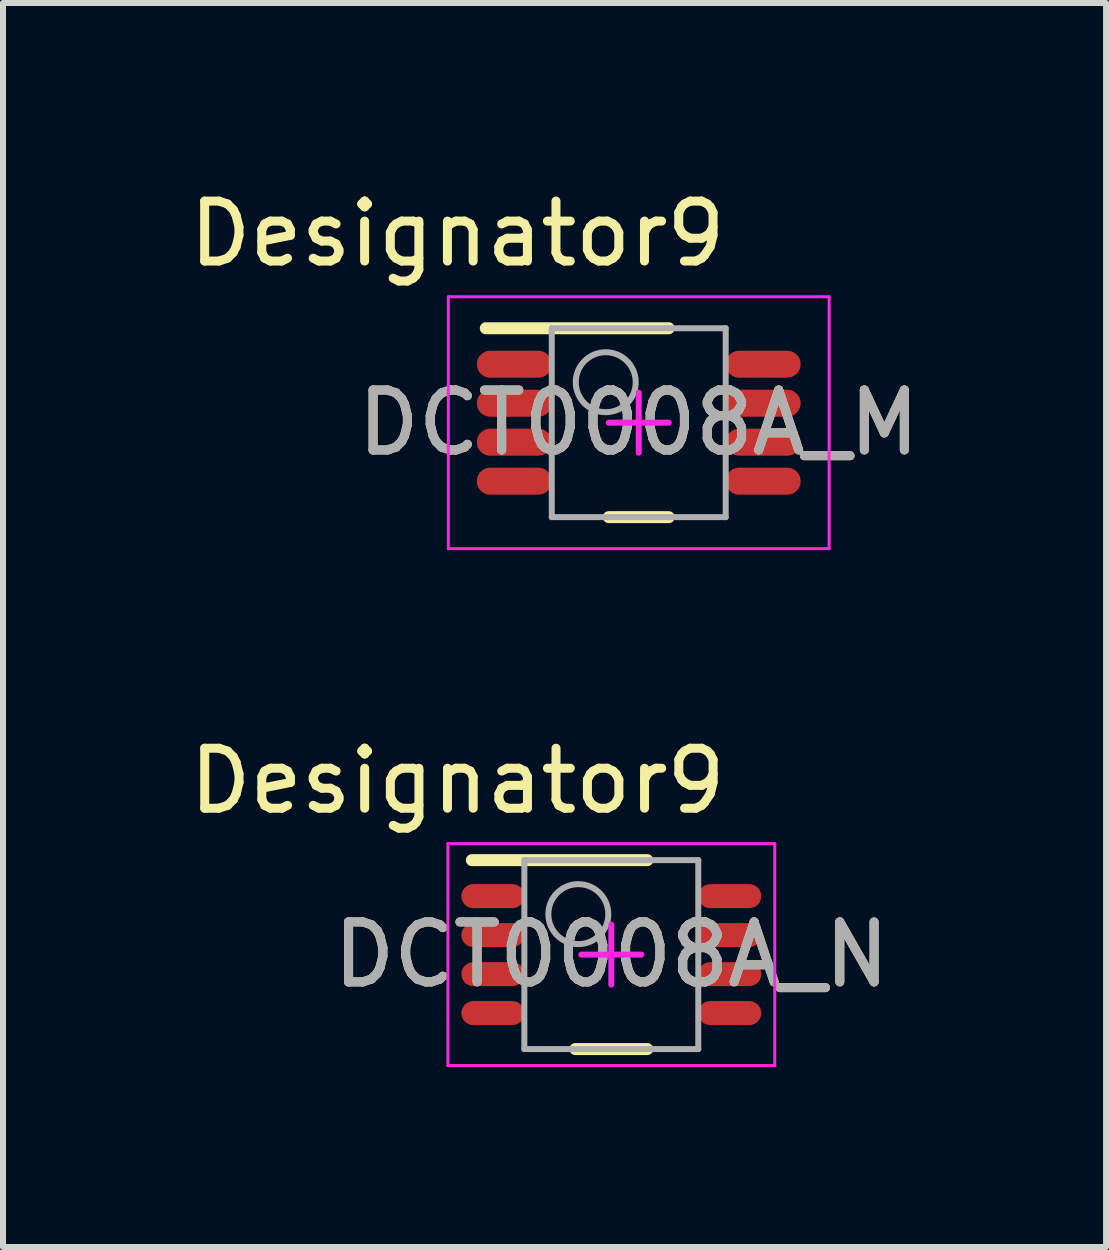
<source format=kicad_pcb>
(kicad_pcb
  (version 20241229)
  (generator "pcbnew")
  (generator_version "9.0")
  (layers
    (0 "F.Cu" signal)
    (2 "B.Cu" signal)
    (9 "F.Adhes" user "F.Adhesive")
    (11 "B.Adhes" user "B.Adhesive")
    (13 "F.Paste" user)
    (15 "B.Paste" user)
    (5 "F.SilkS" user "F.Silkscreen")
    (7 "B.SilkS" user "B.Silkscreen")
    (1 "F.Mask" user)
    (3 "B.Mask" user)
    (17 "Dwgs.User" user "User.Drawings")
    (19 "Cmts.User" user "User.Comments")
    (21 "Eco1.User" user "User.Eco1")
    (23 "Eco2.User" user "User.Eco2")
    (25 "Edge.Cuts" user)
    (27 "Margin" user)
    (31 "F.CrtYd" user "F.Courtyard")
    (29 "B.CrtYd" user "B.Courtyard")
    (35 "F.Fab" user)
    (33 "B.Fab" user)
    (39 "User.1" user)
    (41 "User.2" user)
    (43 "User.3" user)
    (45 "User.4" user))
  (footprint "DCT0008A_N"
    (layer "F.Cu")
    (at 7.143 12.867)
    (property "Reference" "DCT0008A_N" (at 0 0 0) (unlocked yes) (layer "F.SilkS") (effects (font (size 1 1) (thickness 0.15))))
    (attr smd)
    (fp_line (start -2.325 -1.575) (end 0.6 -1.575) (stroke (width 0.2) (type solid)) (layer "F.SilkS"))
    (fp_line (start -0.6 1.575) (end 0.6 1.575) (stroke (width 0.2) (type solid)) (layer "F.SilkS"))
    (fp_line (start -2.725 -1.85) (end 2.725 -1.85) (stroke (width 0.05) (type solid)) (layer "F.CrtYd"))
    (fp_line (start -2.725 1.85) (end -2.725 -1.85) (stroke (width 0.05) (type solid)) (layer "F.CrtYd"))
    (fp_line (start -2.725 1.85) (end 2.725 1.85) (stroke (width 0.05) (type solid)) (layer "F.CrtYd"))
    (fp_line (start -0.5 0) (end 0.5 0) (stroke (width 0.1) (type solid)) (layer "F.CrtYd"))
    (fp_line (start 0 0.5) (end 0 -0.5) (stroke (width 0.1) (type solid)) (layer "F.CrtYd"))
    (fp_line (start 2.725 1.85) (end 2.725 -1.85) (stroke (width 0.05) (type solid)) (layer "F.CrtYd"))
    (fp_line (start -1.45 -1.575) (end 1.45 -1.575) (stroke (width 0.1) (type solid)) (layer "F.Fab"))
    (fp_line (start -1.45 1.575) (end -1.45 -1.575) (stroke (width 0.1) (type solid)) (layer "F.Fab"))
    (fp_line (start -1.45 1.575) (end 1.45 1.575) (stroke (width 0.1) (type solid)) (layer "F.Fab"))
    (fp_line (start 1.45 1.575) (end 1.45 -1.575) (stroke (width 0.1) (type solid)) (layer "F.Fab"))
    (fp_circle (center -0.55 -0.675) (end -0.05 -0.675) (stroke (width 0.1) (type solid)) (fill no) (layer "F.Fab"))
    (fp_text user "Designator9" (at -2.565 -2.896 0) (unlocked yes) (layer "F.SilkS") (effects (font (size 1 1) (thickness 0.15))))
    (fp_text user "${REFERENCE}" (at 0 0 0) (unlocked yes) (layer "F.Fab") (effects (font (size 1 1) (thickness 0.15))))
    (pad "1" smd oval (at -1.975 -0.975 90) (size 0.4 1.05) (layers "F.Cu" "F.Mask" "F.Paste"))
    (pad "2" smd oval (at -1.975 -0.325 90) (size 0.4 1.05) (layers "F.Cu" "F.Mask" "F.Paste"))
    (pad "3" smd oval (at -1.975 0.325 90) (size 0.4 1.05) (layers "F.Cu" "F.Mask" "F.Paste"))
    (pad "4" smd oval (at -1.975 0.975 90) (size 0.4 1.05) (layers "F.Cu" "F.Mask" "F.Paste"))
    (pad "5" smd oval (at 1.975 0.975 90) (size 0.4 1.05) (layers "F.Cu" "F.Mask" "F.Paste"))
    (pad "6" smd oval (at 1.975 0.325 90) (size 0.4 1.05) (layers "F.Cu" "F.Mask" "F.Paste"))
    (pad "7" smd oval (at 1.975 -0.325 90) (size 0.4 1.05) (layers "F.Cu" "F.Mask" "F.Paste"))
    (pad "8" smd oval (at 1.975 -0.975 90) (size 0.4 1.05) (layers "F.Cu" "F.Mask" "F.Paste")))
  (footprint "DCT0008A_M"
    (layer "F.Cu")
    (at 7.6 3.998)
    (property "Reference" "DCT0008A_M" (at 0 0 0) (unlocked yes) (layer "F.SilkS") (effects (font (size 1 1) (thickness 0.15))))
    (attr smd)
    (fp_line (start -2.55 -1.575) (end 0.5 -1.575) (stroke (width 0.2) (type solid)) (layer "F.SilkS"))
    (fp_line (start -0.5 1.575) (end 0.5 1.575) (stroke (width 0.2) (type solid)) (layer "F.SilkS"))
    (fp_line (start -3.175 -2.1) (end 3.175 -2.1) (stroke (width 0.05) (type solid)) (layer "F.CrtYd"))
    (fp_line (start -3.175 2.1) (end -3.175 -2.1) (stroke (width 0.05) (type solid)) (layer "F.CrtYd"))
    (fp_line (start -3.175 2.1) (end 3.175 2.1) (stroke (width 0.05) (type solid)) (layer "F.CrtYd"))
    (fp_line (start -0.5 0) (end 0.5 0) (stroke (width 0.1) (type solid)) (layer "F.CrtYd"))
    (fp_line (start -0.000003 0.5) (end -0.000003 -0.5) (stroke (width 0.1) (type solid)) (layer "F.CrtYd"))
    (fp_line (start 3.175 2.1) (end 3.175 -2.1) (stroke (width 0.05) (type solid)) (layer "F.CrtYd"))
    (fp_line (start -1.45 -1.575) (end 1.45 -1.575) (stroke (width 0.1) (type solid)) (layer "F.Fab"))
    (fp_line (start -1.45 1.575) (end -1.45 -1.575) (stroke (width 0.1) (type solid)) (layer "F.Fab"))
    (fp_line (start -1.45 1.575) (end 1.45 1.575) (stroke (width 0.1) (type solid)) (layer "F.Fab"))
    (fp_line (start 1.45 1.575) (end 1.45 -1.575) (stroke (width 0.1) (type solid)) (layer "F.Fab"))
    (fp_circle (center -0.55 -0.675) (end -0.05 -0.675) (stroke (width 0.1) (type solid)) (fill no) (layer "F.Fab"))
    (fp_text user "Designator9" (at -3.023 -3.15 0) (unlocked yes) (layer "F.SilkS") (effects (font (size 1 1) (thickness 0.15))))
    (fp_text user "${REFERENCE}" (at 0 0 0) (unlocked yes) (layer "F.Fab") (effects (font (size 1 1) (thickness 0.15))))
    (pad "1" smd oval (at -2.075 -0.975 90) (size 0.45 1.25) (layers "F.Cu" "F.Mask" "F.Paste"))
    (pad "2" smd oval (at -2.075 -0.325 90) (size 0.45 1.25) (layers "F.Cu" "F.Mask" "F.Paste"))
    (pad "3" smd oval (at -2.075 0.325 90) (size 0.45 1.25) (layers "F.Cu" "F.Mask" "F.Paste"))
    (pad "4" smd oval (at -2.075 0.975 90) (size 0.45 1.25) (layers "F.Cu" "F.Mask" "F.Paste"))
    (pad "5" smd oval (at 2.075 0.975 90) (size 0.45 1.25) (layers "F.Cu" "F.Mask" "F.Paste"))
    (pad "6" smd oval (at 2.075 0.325 90) (size 0.45 1.25) (layers "F.Cu" "F.Mask" "F.Paste"))
    (pad "7" smd oval (at 2.075 -0.325 90) (size 0.45 1.25) (layers "F.Cu" "F.Mask" "F.Paste"))
    (pad "8" smd oval (at 2.075 -0.975 90) (size 0.45 1.25) (layers "F.Cu" "F.Mask" "F.Paste")))
  (gr_rect
    (start -3 -3)
    (end 15.392 17.742)
    (stroke (width 0.1) (type default))
    (fill no)
    (layer "Edge.Cuts")))
</source>
